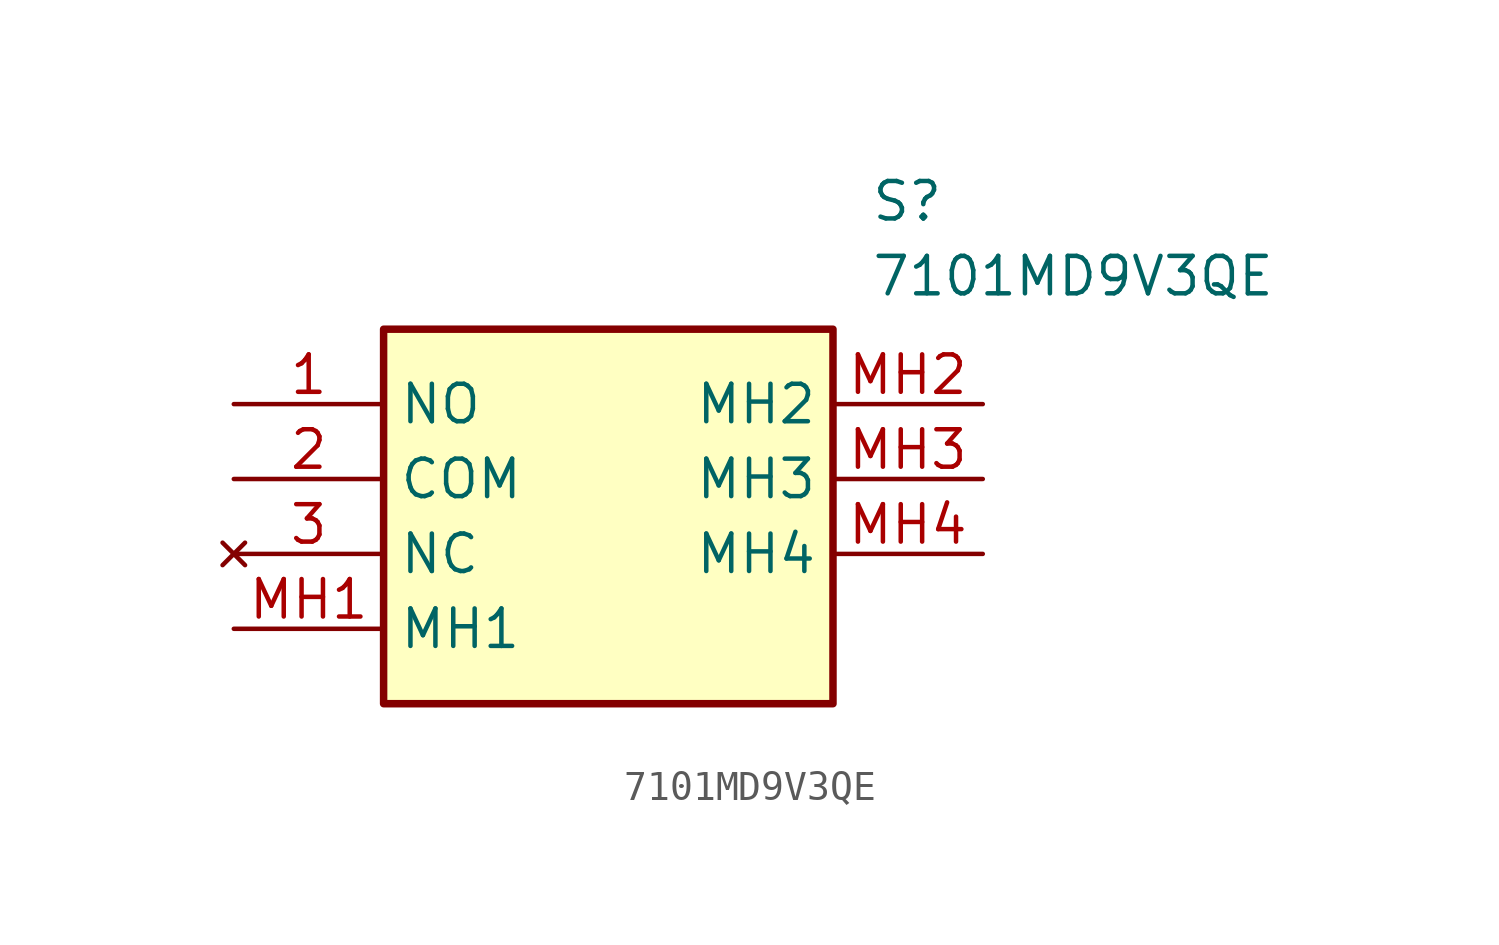
<source format=kicad_sym>
(kicad_symbol_lib
  (version 20211014)
  (generator SamacSys_ECAD_Model)
  (symbol "7101MD9V3QE"
    (property "Reference" "S"
      (at 21.59 7.62 0)
      (effects (font (size 1.27 1.27)) (justify left top)))
    (property "Value" "7101MD9V3QE"
      (at 21.59 5.08 0)
      (effects (font (size 1.27 1.27)) (justify left top)))
    (rectangle
      (start 5.08 2.54)
      (end 20.32 -10.16)
      (stroke (width 0.254) (type default))
      (fill (type background)))
    (pin passive line
      (at 0 0 0)
      (length 5.08)
      (name "NO" (effects (font (size 1.27 1.27))))
      (number "1" (effects (font (size 1.27 1.27)))))
    (pin passive line
      (at 0 -2.54 0)
      (length 5.08)
      (name "COM" (effects (font (size 1.27 1.27))))
      (number "2" (effects (font (size 1.27 1.27)))))
    (pin no_connect line
      (at 0 -5.08 0)
      (length 5.08)
      (name "NC" (effects (font (size 1.27 1.27))))
      (number "3" (effects (font (size 1.27 1.27)))))
    (pin passive line
      (at 0 -7.62 0)
      (length 5.08)
      (name "MH1" (effects (font (size 1.27 1.27))))
      (number "MH1" (effects (font (size 1.27 1.27)))))
    (pin passive line
      (at 25.4 0 180)
      (length 5.08)
      (name "MH2" (effects (font (size 1.27 1.27))))
      (number "MH2" (effects (font (size 1.27 1.27)))))
    (pin passive line
      (at 25.4 -2.54 180)
      (length 5.08)
      (name "MH3" (effects (font (size 1.27 1.27))))
      (number "MH3" (effects (font (size 1.27 1.27)))))
    (pin passive line
      (at 25.4 -5.08 180)
      (length 5.08)
      (name "MH4" (effects (font (size 1.27 1.27))))
      (number "MH4" (effects (font (size 1.27 1.27)))))))
</source>
